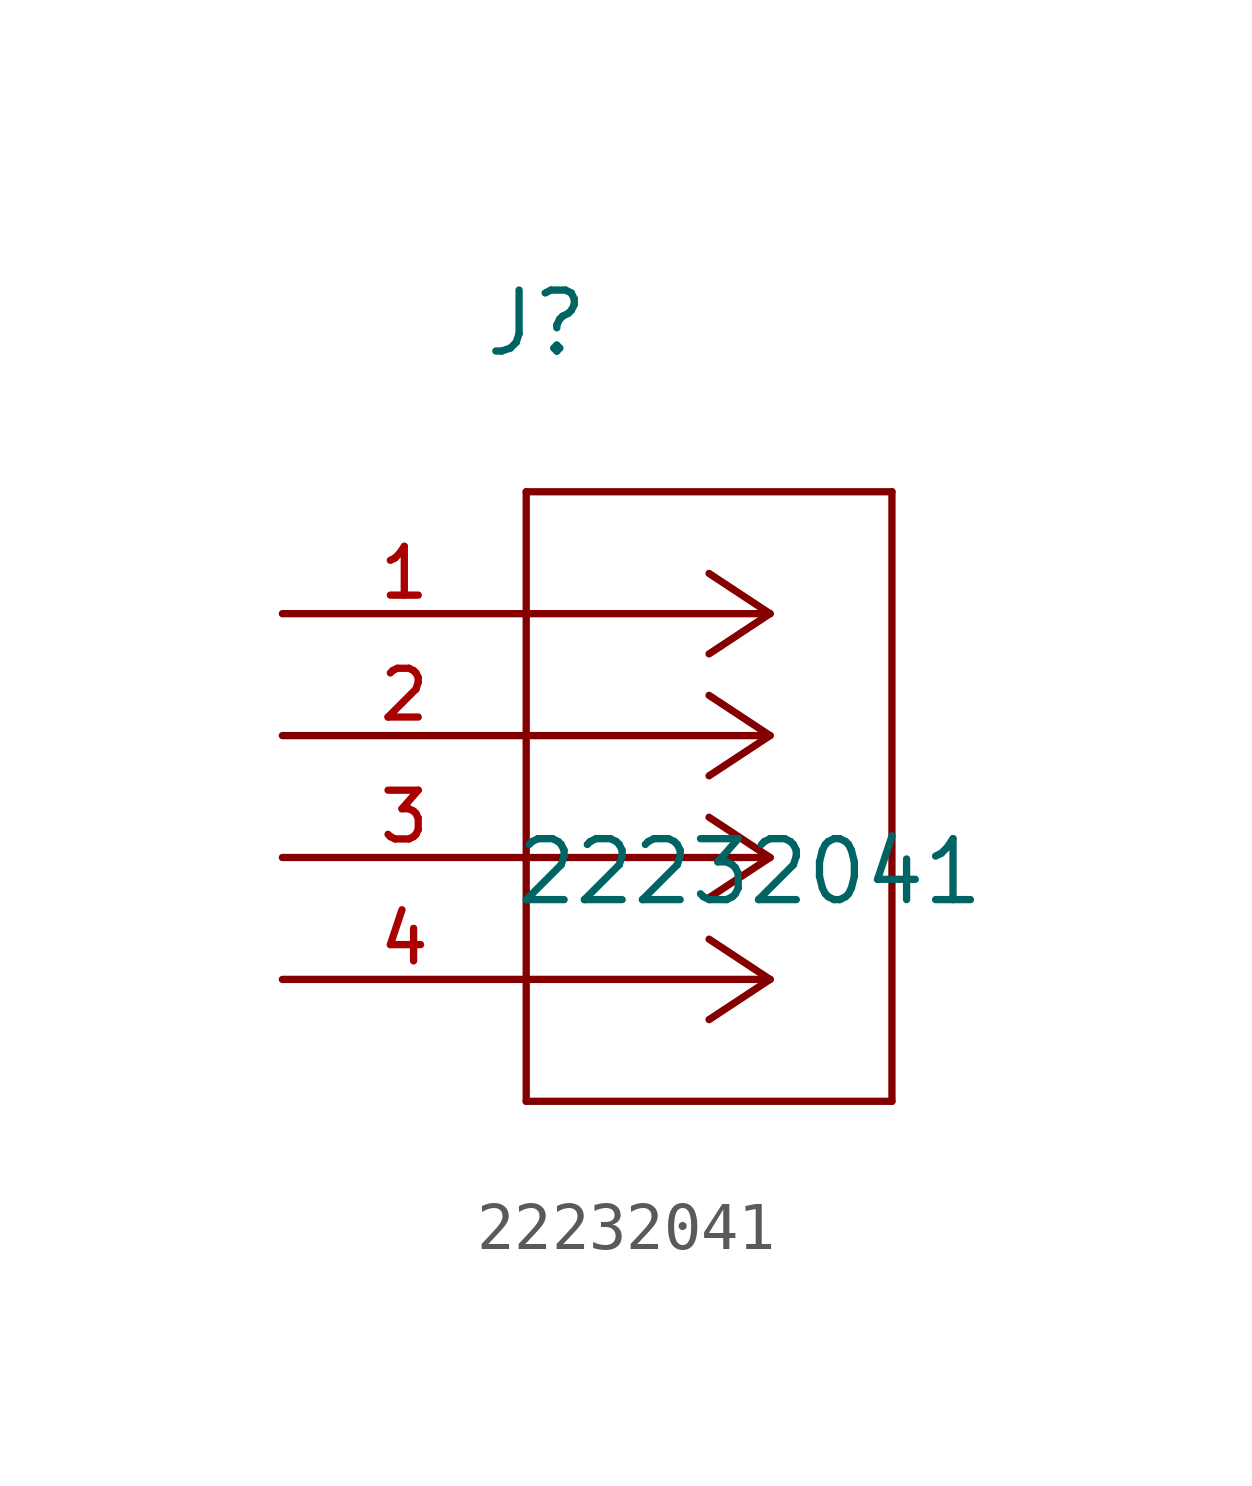
<source format=kicad_sym>
(kicad_symbol_lib
  (version 20211014)
  (generator kicad_symbol_editor)
  (symbol "22232041"
    (pin_names
      (offset 1.016))
    (property "Reference" "J"
      (at 4.166 5.309 0.0)
      (effects (font (size 1.27 1.27)) (justify bottom left)))
    (property "Value" "22232041"
      (at 4.801 -6.121 0.0)
      (effects (font (size 1.27 1.27)) (justify bottom left)))
    (symbol "22232041_0_0"
      (polyline (pts (xy 10.16 0.0) (xy 5.08 0.0)) (stroke (width 0.152)))
      (polyline (pts (xy 10.16 -2.54) (xy 5.08 -2.54)) (stroke (width 0.152)))
      (polyline (pts (xy 10.16 -5.08) (xy 5.08 -5.08)) (stroke (width 0.152)))
      (polyline (pts (xy 10.16 -7.62) (xy 5.08 -7.62)) (stroke (width 0.152)))
      (polyline (pts (xy 10.16 0.0) (xy 8.89 0.838)) (stroke (width 0.152)))
      (polyline (pts (xy 10.16 -2.54) (xy 8.89 -1.702)) (stroke (width 0.152)))
      (polyline (pts (xy 10.16 -5.08) (xy 8.89 -4.242)) (stroke (width 0.152)))
      (polyline (pts (xy 10.16 -7.62) (xy 8.89 -6.782)) (stroke (width 0.152)))
      (polyline (pts (xy 10.16 0.0) (xy 8.89 -0.838)) (stroke (width 0.152)))
      (polyline (pts (xy 10.16 -2.54) (xy 8.89 -3.378)) (stroke (width 0.152)))
      (polyline (pts (xy 10.16 -5.08) (xy 8.89 -5.918)) (stroke (width 0.152)))
      (polyline (pts (xy 10.16 -7.62) (xy 8.89 -8.458)) (stroke (width 0.152)))
      (polyline (pts (xy 5.08 2.54) (xy 5.08 -10.16)) (stroke (width 0.152)))
      (polyline (pts (xy 5.08 -10.16) (xy 12.7 -10.16)) (stroke (width 0.152)))
      (polyline (pts (xy 12.7 -10.16) (xy 12.7 2.54)) (stroke (width 0.152)))
      (polyline (pts (xy 12.7 2.54) (xy 5.08 2.54)) (stroke (width 0.152)))
      (pin passive line (at 0.0 0.0 0) (length 5.08) (name "~" (effects (font (size 1.016 1.016)))) (number "1" (effects (font (size 1.016 1.016)))))
      (pin passive line (at 0.0 -2.54 0) (length 5.08) (name "~" (effects (font (size 1.016 1.016)))) (number "2" (effects (font (size 1.016 1.016)))))
      (pin passive line (at 0.0 -5.08 0) (length 5.08) (name "~" (effects (font (size 1.016 1.016)))) (number "3" (effects (font (size 1.016 1.016)))))
      (pin passive line (at 0.0 -7.62 0) (length 5.08) (name "~" (effects (font (size 1.016 1.016)))) (number "4" (effects (font (size 1.016 1.016))))))))
</source>
